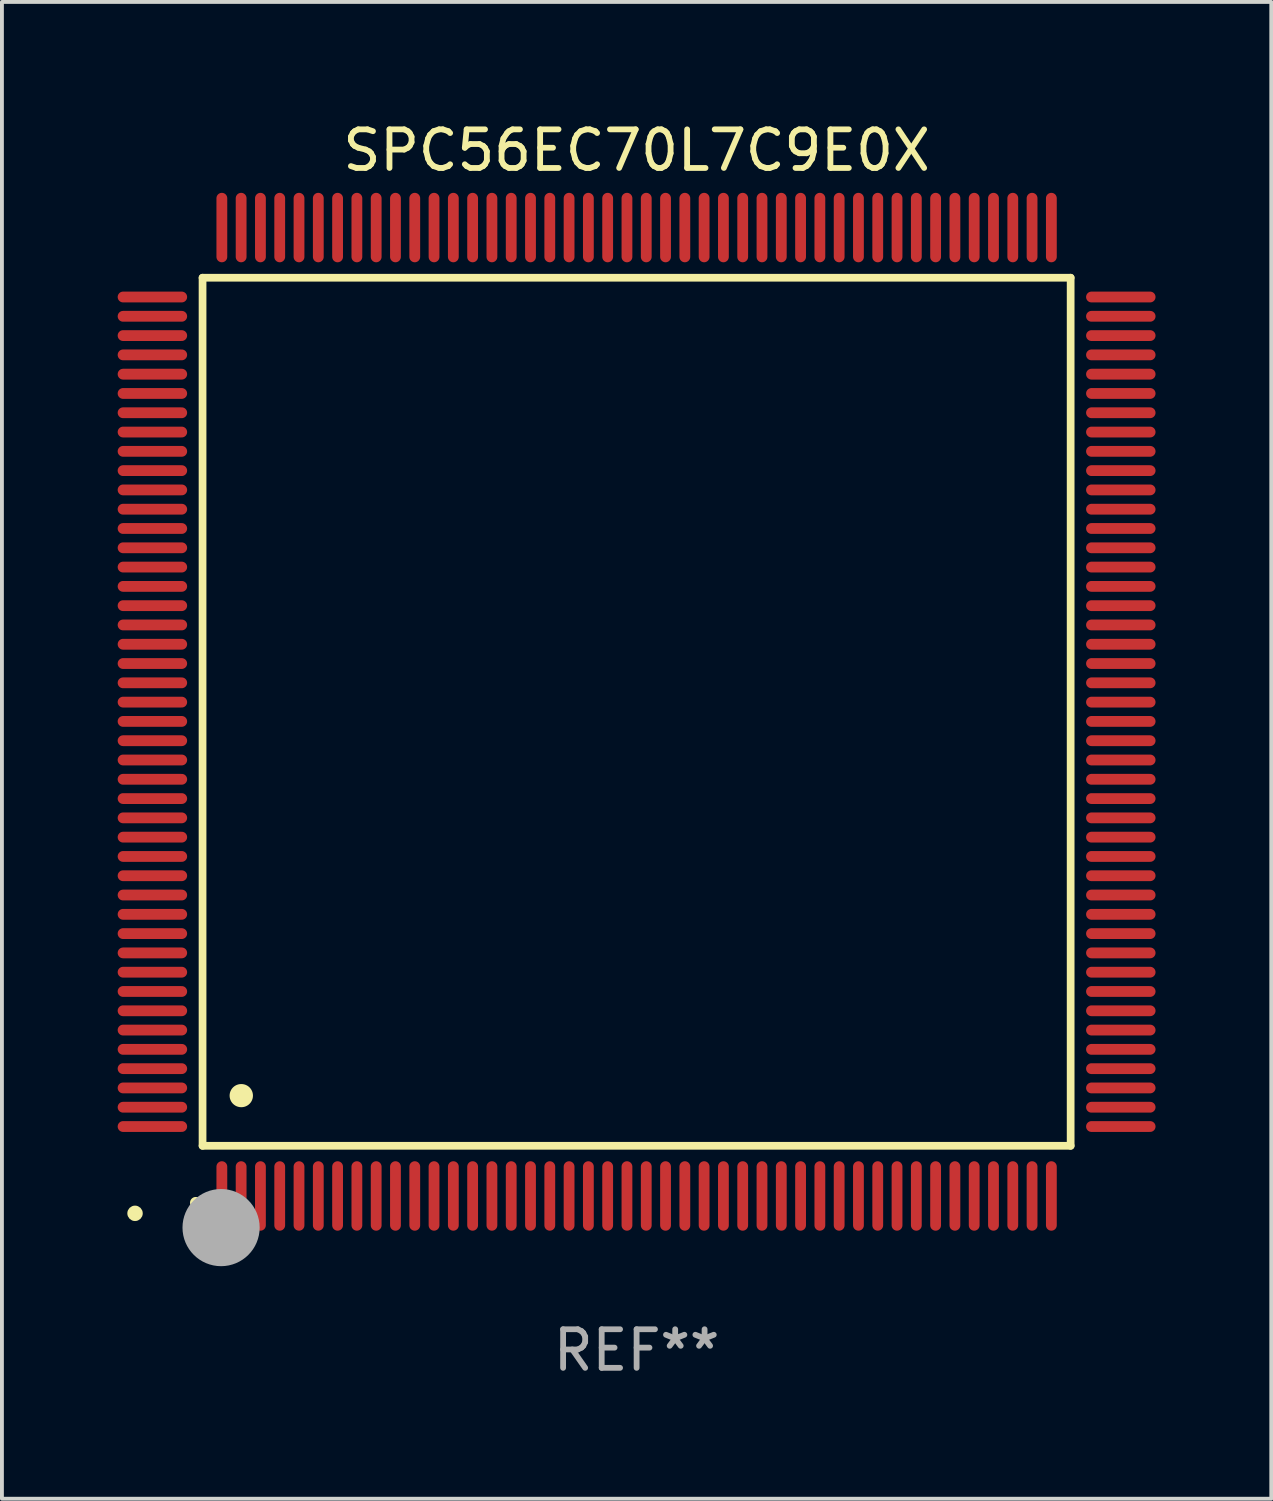
<source format=kicad_pcb>
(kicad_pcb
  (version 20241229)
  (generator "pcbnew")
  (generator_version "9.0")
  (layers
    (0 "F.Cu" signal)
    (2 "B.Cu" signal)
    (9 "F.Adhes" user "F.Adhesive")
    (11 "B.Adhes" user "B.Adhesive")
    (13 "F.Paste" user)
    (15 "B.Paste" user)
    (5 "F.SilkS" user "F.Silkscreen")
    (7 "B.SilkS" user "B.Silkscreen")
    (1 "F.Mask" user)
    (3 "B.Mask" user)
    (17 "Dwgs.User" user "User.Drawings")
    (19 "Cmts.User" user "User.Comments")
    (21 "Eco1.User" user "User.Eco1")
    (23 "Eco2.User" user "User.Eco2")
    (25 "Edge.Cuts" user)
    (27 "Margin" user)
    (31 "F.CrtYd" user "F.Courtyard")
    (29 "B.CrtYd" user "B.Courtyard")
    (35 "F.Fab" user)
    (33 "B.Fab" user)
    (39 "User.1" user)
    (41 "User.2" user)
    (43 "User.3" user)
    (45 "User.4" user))
  (footprint "SPC56EC70L7C9E0X"
    (layer "F.Cu")
    (at 13.45 15.398)
    (property "Reference" "SPC56EC70L7C9E0X" (at 0 -14.55 0) (layer "F.SilkS") (effects (font (size 1 1) (thickness 0.15))))
    (attr through_hole)
    (fp_line (start -11.25 -11.25) (end 11.25 -11.25) (stroke (width 0.2) (type solid)) (layer "F.SilkS"))
    (fp_line (start -11.25 11.25) (end -11.25 -11.25) (stroke (width 0.2) (type solid)) (layer "F.SilkS"))
    (fp_line (start 11.25 -11.25) (end 11.25 11.25) (stroke (width 0.2) (type solid)) (layer "F.SilkS"))
    (fp_line (start 11.25 11.25) (end -11.25 11.25) (stroke (width 0.2) (type solid)) (layer "F.SilkS"))
    (fp_arc (start -11.424943 12.725425) (mid -11.423673 12.72542) (end -11.422403 12.725425) (stroke (width 0.3) (type solid)) (layer "F.SilkS"))
    (fp_arc (start -10.24892 9.9492) (mid -10.24638 9.949189) (end -10.24384 9.9492) (stroke (width 0.6) (type solid)) (layer "F.SilkS"))
    (fp_circle (center -13 13) (end -12.9 13) (stroke (width 0.2) (type solid)) (fill no) (layer "F.SilkS"))
    (fp_circle (center -10.77 13.37) (end -10.27 13.37) (stroke (width 1) (type solid)) (fill no) (layer "F.Fab"))
    (fp_text user "REF**" (at 0 16.55 0) (layer "F.Fab") (effects (font (size 1 1) (thickness 0.15))))
    (pad "1" smd oval (at -10.75 12.55) (size 0.28 1.8) (layers "F.Cu" "F.Mask" "F.Paste"))
    (pad "2" smd oval (at -10.25 12.55) (size 0.28 1.8) (layers "F.Cu" "F.Mask" "F.Paste"))
    (pad "3" smd oval (at -9.75 12.55) (size 0.28 1.8) (layers "F.Cu" "F.Mask" "F.Paste"))
    (pad "4" smd oval (at -9.25 12.55) (size 0.28 1.8) (layers "F.Cu" "F.Mask" "F.Paste"))
    (pad "5" smd oval (at -8.75 12.55) (size 0.28 1.8) (layers "F.Cu" "F.Mask" "F.Paste"))
    (pad "6" smd oval (at -8.25 12.55) (size 0.28 1.8) (layers "F.Cu" "F.Mask" "F.Paste"))
    (pad "7" smd oval (at -7.75 12.55) (size 0.28 1.8) (layers "F.Cu" "F.Mask" "F.Paste"))
    (pad "8" smd oval (at -7.25 12.55) (size 0.28 1.8) (layers "F.Cu" "F.Mask" "F.Paste"))
    (pad "9" smd oval (at -6.75 12.55) (size 0.28 1.8) (layers "F.Cu" "F.Mask" "F.Paste"))
    (pad "10" smd oval (at -6.25 12.55) (size 0.28 1.8) (layers "F.Cu" "F.Mask" "F.Paste"))
    (pad "11" smd oval (at -5.75 12.55) (size 0.28 1.8) (layers "F.Cu" "F.Mask" "F.Paste"))
    (pad "12" smd oval (at -5.25 12.55) (size 0.28 1.8) (layers "F.Cu" "F.Mask" "F.Paste"))
    (pad "13" smd oval (at -4.75 12.55) (size 0.28 1.8) (layers "F.Cu" "F.Mask" "F.Paste"))
    (pad "14" smd oval (at -4.25 12.55) (size 0.28 1.8) (layers "F.Cu" "F.Mask" "F.Paste"))
    (pad "15" smd oval (at -3.75 12.55) (size 0.28 1.8) (layers "F.Cu" "F.Mask" "F.Paste"))
    (pad "16" smd oval (at -3.25 12.55) (size 0.28 1.8) (layers "F.Cu" "F.Mask" "F.Paste"))
    (pad "17" smd oval (at -2.75 12.55) (size 0.28 1.8) (layers "F.Cu" "F.Mask" "F.Paste"))
    (pad "18" smd oval (at -2.25 12.55) (size 0.28 1.8) (layers "F.Cu" "F.Mask" "F.Paste"))
    (pad "19" smd oval (at -1.75 12.55) (size 0.28 1.8) (layers "F.Cu" "F.Mask" "F.Paste"))
    (pad "20" smd oval (at -1.25 12.55) (size 0.28 1.8) (layers "F.Cu" "F.Mask" "F.Paste"))
    (pad "21" smd oval (at -0.75 12.55) (size 0.28 1.8) (layers "F.Cu" "F.Mask" "F.Paste"))
    (pad "22" smd oval (at -0.25 12.55) (size 0.28 1.8) (layers "F.Cu" "F.Mask" "F.Paste"))
    (pad "23" smd oval (at 0.25 12.55) (size 0.28 1.8) (layers "F.Cu" "F.Mask" "F.Paste"))
    (pad "24" smd oval (at 0.75 12.55) (size 0.28 1.8) (layers "F.Cu" "F.Mask" "F.Paste"))
    (pad "25" smd oval (at 1.25 12.55) (size 0.28 1.8) (layers "F.Cu" "F.Mask" "F.Paste"))
    (pad "26" smd oval (at 1.75 12.55) (size 0.28 1.8) (layers "F.Cu" "F.Mask" "F.Paste"))
    (pad "27" smd oval (at 2.25 12.55) (size 0.28 1.8) (layers "F.Cu" "F.Mask" "F.Paste"))
    (pad "28" smd oval (at 2.75 12.55) (size 0.28 1.8) (layers "F.Cu" "F.Mask" "F.Paste"))
    (pad "29" smd oval (at 3.25 12.55) (size 0.28 1.8) (layers "F.Cu" "F.Mask" "F.Paste"))
    (pad "30" smd oval (at 3.75 12.55) (size 0.28 1.8) (layers "F.Cu" "F.Mask" "F.Paste"))
    (pad "31" smd oval (at 4.25 12.55) (size 0.28 1.8) (layers "F.Cu" "F.Mask" "F.Paste"))
    (pad "32" smd oval (at 4.75 12.55) (size 0.28 1.8) (layers "F.Cu" "F.Mask" "F.Paste"))
    (pad "33" smd oval (at 5.25 12.55) (size 0.28 1.8) (layers "F.Cu" "F.Mask" "F.Paste"))
    (pad "34" smd oval (at 5.75 12.55) (size 0.28 1.8) (layers "F.Cu" "F.Mask" "F.Paste"))
    (pad "35" smd oval (at 6.25 12.55) (size 0.28 1.8) (layers "F.Cu" "F.Mask" "F.Paste"))
    (pad "36" smd oval (at 6.75 12.55) (size 0.28 1.8) (layers "F.Cu" "F.Mask" "F.Paste"))
    (pad "37" smd oval (at 7.25 12.55) (size 0.28 1.8) (layers "F.Cu" "F.Mask" "F.Paste"))
    (pad "38" smd oval (at 7.75 12.55) (size 0.28 1.8) (layers "F.Cu" "F.Mask" "F.Paste"))
    (pad "39" smd oval (at 8.25 12.55) (size 0.28 1.8) (layers "F.Cu" "F.Mask" "F.Paste"))
    (pad "40" smd oval (at 8.75 12.55) (size 0.28 1.8) (layers "F.Cu" "F.Mask" "F.Paste"))
    (pad "41" smd oval (at 9.25 12.55) (size 0.28 1.8) (layers "F.Cu" "F.Mask" "F.Paste"))
    (pad "42" smd oval (at 9.75 12.55) (size 0.28 1.8) (layers "F.Cu" "F.Mask" "F.Paste"))
    (pad "43" smd oval (at 10.25 12.55) (size 0.28 1.8) (layers "F.Cu" "F.Mask" "F.Paste"))
    (pad "44" smd oval (at 10.75 12.55) (size 0.28 1.8) (layers "F.Cu" "F.Mask" "F.Paste"))
    (pad "45" smd oval (at 12.55 10.75) (size 1.8 0.28) (layers "F.Cu" "F.Mask" "F.Paste"))
    (pad "46" smd oval (at 12.55 10.25) (size 1.8 0.28) (layers "F.Cu" "F.Mask" "F.Paste"))
    (pad "47" smd oval (at 12.55 9.75) (size 1.8 0.28) (layers "F.Cu" "F.Mask" "F.Paste"))
    (pad "48" smd oval (at 12.55 9.25) (size 1.8 0.28) (layers "F.Cu" "F.Mask" "F.Paste"))
    (pad "49" smd oval (at 12.55 8.75) (size 1.8 0.28) (layers "F.Cu" "F.Mask" "F.Paste"))
    (pad "50" smd oval (at 12.55 8.25) (size 1.8 0.28) (layers "F.Cu" "F.Mask" "F.Paste"))
    (pad "51" smd oval (at 12.55 7.75) (size 1.8 0.28) (layers "F.Cu" "F.Mask" "F.Paste"))
    (pad "52" smd oval (at 12.55 7.25) (size 1.8 0.28) (layers "F.Cu" "F.Mask" "F.Paste"))
    (pad "53" smd oval (at 12.55 6.75) (size 1.8 0.28) (layers "F.Cu" "F.Mask" "F.Paste"))
    (pad "54" smd oval (at 12.55 6.25) (size 1.8 0.28) (layers "F.Cu" "F.Mask" "F.Paste"))
    (pad "55" smd oval (at 12.55 5.75) (size 1.8 0.28) (layers "F.Cu" "F.Mask" "F.Paste"))
    (pad "56" smd oval (at 12.55 5.25) (size 1.8 0.28) (layers "F.Cu" "F.Mask" "F.Paste"))
    (pad "57" smd oval (at 12.55 4.75) (size 1.8 0.28) (layers "F.Cu" "F.Mask" "F.Paste"))
    (pad "58" smd oval (at 12.55 4.25) (size 1.8 0.28) (layers "F.Cu" "F.Mask" "F.Paste"))
    (pad "59" smd oval (at 12.55 3.75) (size 1.8 0.28) (layers "F.Cu" "F.Mask" "F.Paste"))
    (pad "60" smd oval (at 12.55 3.25) (size 1.8 0.28) (layers "F.Cu" "F.Mask" "F.Paste"))
    (pad "61" smd oval (at 12.55 2.75) (size 1.8 0.28) (layers "F.Cu" "F.Mask" "F.Paste"))
    (pad "62" smd oval (at 12.55 2.25) (size 1.8 0.28) (layers "F.Cu" "F.Mask" "F.Paste"))
    (pad "63" smd oval (at 12.55 1.75) (size 1.8 0.28) (layers "F.Cu" "F.Mask" "F.Paste"))
    (pad "64" smd oval (at 12.55 1.25) (size 1.8 0.28) (layers "F.Cu" "F.Mask" "F.Paste"))
    (pad "65" smd oval (at 12.55 0.75) (size 1.8 0.28) (layers "F.Cu" "F.Mask" "F.Paste"))
    (pad "66" smd oval (at 12.55 0.25) (size 1.8 0.28) (layers "F.Cu" "F.Mask" "F.Paste"))
    (pad "67" smd oval (at 12.55 -0.25) (size 1.8 0.28) (layers "F.Cu" "F.Mask" "F.Paste"))
    (pad "68" smd oval (at 12.55 -0.75) (size 1.8 0.28) (layers "F.Cu" "F.Mask" "F.Paste"))
    (pad "69" smd oval (at 12.55 -1.25) (size 1.8 0.28) (layers "F.Cu" "F.Mask" "F.Paste"))
    (pad "70" smd oval (at 12.55 -1.75) (size 1.8 0.28) (layers "F.Cu" "F.Mask" "F.Paste"))
    (pad "71" smd oval (at 12.55 -2.25) (size 1.8 0.28) (layers "F.Cu" "F.Mask" "F.Paste"))
    (pad "72" smd oval (at 12.55 -2.75) (size 1.8 0.28) (layers "F.Cu" "F.Mask" "F.Paste"))
    (pad "73" smd oval (at 12.55 -3.25) (size 1.8 0.28) (layers "F.Cu" "F.Mask" "F.Paste"))
    (pad "74" smd oval (at 12.55 -3.75) (size 1.8 0.28) (layers "F.Cu" "F.Mask" "F.Paste"))
    (pad "75" smd oval (at 12.55 -4.25) (size 1.8 0.28) (layers "F.Cu" "F.Mask" "F.Paste"))
    (pad "76" smd oval (at 12.55 -4.75) (size 1.8 0.28) (layers "F.Cu" "F.Mask" "F.Paste"))
    (pad "77" smd oval (at 12.55 -5.25) (size 1.8 0.28) (layers "F.Cu" "F.Mask" "F.Paste"))
    (pad "78" smd oval (at 12.55 -5.75) (size 1.8 0.28) (layers "F.Cu" "F.Mask" "F.Paste"))
    (pad "79" smd oval (at 12.55 -6.25) (size 1.8 0.28) (layers "F.Cu" "F.Mask" "F.Paste"))
    (pad "80" smd oval (at 12.55 -6.75) (size 1.8 0.28) (layers "F.Cu" "F.Mask" "F.Paste"))
    (pad "81" smd oval (at 12.55 -7.25) (size 1.8 0.28) (layers "F.Cu" "F.Mask" "F.Paste"))
    (pad "82" smd oval (at 12.55 -7.75) (size 1.8 0.28) (layers "F.Cu" "F.Mask" "F.Paste"))
    (pad "83" smd oval (at 12.55 -8.25) (size 1.8 0.28) (layers "F.Cu" "F.Mask" "F.Paste"))
    (pad "84" smd oval (at 12.55 -8.75) (size 1.8 0.28) (layers "F.Cu" "F.Mask" "F.Paste"))
    (pad "85" smd oval (at 12.55 -9.25) (size 1.8 0.28) (layers "F.Cu" "F.Mask" "F.Paste"))
    (pad "86" smd oval (at 12.55 -9.75) (size 1.8 0.28) (layers "F.Cu" "F.Mask" "F.Paste"))
    (pad "87" smd oval (at 12.55 -10.25) (size 1.8 0.28) (layers "F.Cu" "F.Mask" "F.Paste"))
    (pad "88" smd oval (at 12.55 -10.75) (size 1.8 0.28) (layers "F.Cu" "F.Mask" "F.Paste"))
    (pad "89" smd oval (at 10.75 -12.55) (size 0.28 1.8) (layers "F.Cu" "F.Mask" "F.Paste"))
    (pad "90" smd oval (at 10.25 -12.55) (size 0.28 1.8) (layers "F.Cu" "F.Mask" "F.Paste"))
    (pad "91" smd oval (at 9.75 -12.55) (size 0.28 1.8) (layers "F.Cu" "F.Mask" "F.Paste"))
    (pad "92" smd oval (at 9.25 -12.55) (size 0.28 1.8) (layers "F.Cu" "F.Mask" "F.Paste"))
    (pad "93" smd oval (at 8.75 -12.55) (size 0.28 1.8) (layers "F.Cu" "F.Mask" "F.Paste"))
    (pad "94" smd oval (at 8.25 -12.55) (size 0.28 1.8) (layers "F.Cu" "F.Mask" "F.Paste"))
    (pad "95" smd oval (at 7.75 -12.55) (size 0.28 1.8) (layers "F.Cu" "F.Mask" "F.Paste"))
    (pad "96" smd oval (at 7.25 -12.55) (size 0.28 1.8) (layers "F.Cu" "F.Mask" "F.Paste"))
    (pad "97" smd oval (at 6.75 -12.55) (size 0.28 1.8) (layers "F.Cu" "F.Mask" "F.Paste"))
    (pad "98" smd oval (at 6.25 -12.55) (size 0.28 1.8) (layers "F.Cu" "F.Mask" "F.Paste"))
    (pad "99" smd oval (at 5.75 -12.55) (size 0.28 1.8) (layers "F.Cu" "F.Mask" "F.Paste"))
    (pad "100" smd oval (at 5.25 -12.55) (size 0.28 1.8) (layers "F.Cu" "F.Mask" "F.Paste"))
    (pad "101" smd oval (at 4.75 -12.55) (size 0.28 1.8) (layers "F.Cu" "F.Mask" "F.Paste"))
    (pad "102" smd oval (at 4.25 -12.55) (size 0.28 1.8) (layers "F.Cu" "F.Mask" "F.Paste"))
    (pad "103" smd oval (at 3.75 -12.55) (size 0.28 1.8) (layers "F.Cu" "F.Mask" "F.Paste"))
    (pad "104" smd oval (at 3.25 -12.55) (size 0.28 1.8) (layers "F.Cu" "F.Mask" "F.Paste"))
    (pad "105" smd oval (at 2.75 -12.55) (size 0.28 1.8) (layers "F.Cu" "F.Mask" "F.Paste"))
    (pad "106" smd oval (at 2.25 -12.55) (size 0.28 1.8) (layers "F.Cu" "F.Mask" "F.Paste"))
    (pad "107" smd oval (at 1.75 -12.55) (size 0.28 1.8) (layers "F.Cu" "F.Mask" "F.Paste"))
    (pad "108" smd oval (at 1.25 -12.55) (size 0.28 1.8) (layers "F.Cu" "F.Mask" "F.Paste"))
    (pad "109" smd oval (at 0.75 -12.55) (size 0.28 1.8) (layers "F.Cu" "F.Mask" "F.Paste"))
    (pad "110" smd oval (at 0.25 -12.55) (size 0.28 1.8) (layers "F.Cu" "F.Mask" "F.Paste"))
    (pad "111" smd oval (at -0.25 -12.55) (size 0.28 1.8) (layers "F.Cu" "F.Mask" "F.Paste"))
    (pad "112" smd oval (at -0.75 -12.55) (size 0.28 1.8) (layers "F.Cu" "F.Mask" "F.Paste"))
    (pad "113" smd oval (at -1.25 -12.55) (size 0.28 1.8) (layers "F.Cu" "F.Mask" "F.Paste"))
    (pad "114" smd oval (at -1.75 -12.55) (size 0.28 1.8) (layers "F.Cu" "F.Mask" "F.Paste"))
    (pad "115" smd oval (at -2.25 -12.55) (size 0.28 1.8) (layers "F.Cu" "F.Mask" "F.Paste"))
    (pad "116" smd oval (at -2.75 -12.55) (size 0.28 1.8) (layers "F.Cu" "F.Mask" "F.Paste"))
    (pad "117" smd oval (at -3.25 -12.55) (size 0.28 1.8) (layers "F.Cu" "F.Mask" "F.Paste"))
    (pad "118" smd oval (at -3.75 -12.55) (size 0.28 1.8) (layers "F.Cu" "F.Mask" "F.Paste"))
    (pad "119" smd oval (at -4.25 -12.55) (size 0.28 1.8) (layers "F.Cu" "F.Mask" "F.Paste"))
    (pad "120" smd oval (at -4.75 -12.55) (size 0.28 1.8) (layers "F.Cu" "F.Mask" "F.Paste"))
    (pad "121" smd oval (at -5.25 -12.55) (size 0.28 1.8) (layers "F.Cu" "F.Mask" "F.Paste"))
    (pad "122" smd oval (at -5.75 -12.55) (size 0.28 1.8) (layers "F.Cu" "F.Mask" "F.Paste"))
    (pad "123" smd oval (at -6.25 -12.55) (size 0.28 1.8) (layers "F.Cu" "F.Mask" "F.Paste"))
    (pad "124" smd oval (at -6.75 -12.55) (size 0.28 1.8) (layers "F.Cu" "F.Mask" "F.Paste"))
    (pad "125" smd oval (at -7.25 -12.55) (size 0.28 1.8) (layers "F.Cu" "F.Mask" "F.Paste"))
    (pad "126" smd oval (at -7.75 -12.55) (size 0.28 1.8) (layers "F.Cu" "F.Mask" "F.Paste"))
    (pad "127" smd oval (at -8.25 -12.55) (size 0.28 1.8) (layers "F.Cu" "F.Mask" "F.Paste"))
    (pad "128" smd oval (at -8.75 -12.55) (size 0.28 1.8) (layers "F.Cu" "F.Mask" "F.Paste"))
    (pad "129" smd oval (at -9.25 -12.55) (size 0.28 1.8) (layers "F.Cu" "F.Mask" "F.Paste"))
    (pad "130" smd oval (at -9.75 -12.55) (size 0.28 1.8) (layers "F.Cu" "F.Mask" "F.Paste"))
    (pad "131" smd oval (at -10.25 -12.55) (size 0.28 1.8) (layers "F.Cu" "F.Mask" "F.Paste"))
    (pad "132" smd oval (at -10.75 -12.55) (size 0.28 1.8) (layers "F.Cu" "F.Mask" "F.Paste"))
    (pad "133" smd oval (at -12.55 -10.75) (size 1.8 0.28) (layers "F.Cu" "F.Mask" "F.Paste"))
    (pad "134" smd oval (at -12.55 -10.25) (size 1.8 0.28) (layers "F.Cu" "F.Mask" "F.Paste"))
    (pad "135" smd oval (at -12.55 -9.75) (size 1.8 0.28) (layers "F.Cu" "F.Mask" "F.Paste"))
    (pad "136" smd oval (at -12.55 -9.25) (size 1.8 0.28) (layers "F.Cu" "F.Mask" "F.Paste"))
    (pad "137" smd oval (at -12.55 -8.75) (size 1.8 0.28) (layers "F.Cu" "F.Mask" "F.Paste"))
    (pad "138" smd oval (at -12.55 -8.25) (size 1.8 0.28) (layers "F.Cu" "F.Mask" "F.Paste"))
    (pad "139" smd oval (at -12.55 -7.75) (size 1.8 0.28) (layers "F.Cu" "F.Mask" "F.Paste"))
    (pad "140" smd oval (at -12.55 -7.25) (size 1.8 0.28) (layers "F.Cu" "F.Mask" "F.Paste"))
    (pad "141" smd oval (at -12.55 -6.75) (size 1.8 0.28) (layers "F.Cu" "F.Mask" "F.Paste"))
    (pad "142" smd oval (at -12.55 -6.25) (size 1.8 0.28) (layers "F.Cu" "F.Mask" "F.Paste"))
    (pad "143" smd oval (at -12.55 -5.75) (size 1.8 0.28) (layers "F.Cu" "F.Mask" "F.Paste"))
    (pad "144" smd oval (at -12.55 -5.25) (size 1.8 0.28) (layers "F.Cu" "F.Mask" "F.Paste"))
    (pad "145" smd oval (at -12.55 -4.75) (size 1.8 0.28) (layers "F.Cu" "F.Mask" "F.Paste"))
    (pad "146" smd oval (at -12.55 -4.25) (size 1.8 0.28) (layers "F.Cu" "F.Mask" "F.Paste"))
    (pad "147" smd oval (at -12.55 -3.75) (size 1.8 0.28) (layers "F.Cu" "F.Mask" "F.Paste"))
    (pad "148" smd oval (at -12.55 -3.25) (size 1.8 0.28) (layers "F.Cu" "F.Mask" "F.Paste"))
    (pad "149" smd oval (at -12.55 -2.75) (size 1.8 0.28) (layers "F.Cu" "F.Mask" "F.Paste"))
    (pad "150" smd oval (at -12.55 -2.25) (size 1.8 0.28) (layers "F.Cu" "F.Mask" "F.Paste"))
    (pad "151" smd oval (at -12.55 -1.75) (size 1.8 0.28) (layers "F.Cu" "F.Mask" "F.Paste"))
    (pad "152" smd oval (at -12.55 -1.25) (size 1.8 0.28) (layers "F.Cu" "F.Mask" "F.Paste"))
    (pad "153" smd oval (at -12.55 -0.75) (size 1.8 0.28) (layers "F.Cu" "F.Mask" "F.Paste"))
    (pad "154" smd oval (at -12.55 -0.25) (size 1.8 0.28) (layers "F.Cu" "F.Mask" "F.Paste"))
    (pad "155" smd oval (at -12.55 0.25) (size 1.8 0.28) (layers "F.Cu" "F.Mask" "F.Paste"))
    (pad "156" smd oval (at -12.55 0.75) (size 1.8 0.28) (layers "F.Cu" "F.Mask" "F.Paste"))
    (pad "157" smd oval (at -12.55 1.25) (size 1.8 0.28) (layers "F.Cu" "F.Mask" "F.Paste"))
    (pad "158" smd oval (at -12.55 1.75) (size 1.8 0.28) (layers "F.Cu" "F.Mask" "F.Paste"))
    (pad "159" smd oval (at -12.55 2.25) (size 1.8 0.28) (layers "F.Cu" "F.Mask" "F.Paste"))
    (pad "160" smd oval (at -12.55 2.75) (size 1.8 0.28) (layers "F.Cu" "F.Mask" "F.Paste"))
    (pad "161" smd oval (at -12.55 3.25) (size 1.8 0.28) (layers "F.Cu" "F.Mask" "F.Paste"))
    (pad "162" smd oval (at -12.55 3.75) (size 1.8 0.28) (layers "F.Cu" "F.Mask" "F.Paste"))
    (pad "163" smd oval (at -12.55 4.25) (size 1.8 0.28) (layers "F.Cu" "F.Mask" "F.Paste"))
    (pad "164" smd oval (at -12.55 4.75) (size 1.8 0.28) (layers "F.Cu" "F.Mask" "F.Paste"))
    (pad "165" smd oval (at -12.55 5.25) (size 1.8 0.28) (layers "F.Cu" "F.Mask" "F.Paste"))
    (pad "166" smd oval (at -12.55 5.75) (size 1.8 0.28) (layers "F.Cu" "F.Mask" "F.Paste"))
    (pad "167" smd oval (at -12.55 6.25) (size 1.8 0.28) (layers "F.Cu" "F.Mask" "F.Paste"))
    (pad "168" smd oval (at -12.55 6.75) (size 1.8 0.28) (layers "F.Cu" "F.Mask" "F.Paste"))
    (pad "169" smd oval (at -12.55 7.25) (size 1.8 0.28) (layers "F.Cu" "F.Mask" "F.Paste"))
    (pad "170" smd oval (at -12.55 7.75) (size 1.8 0.28) (layers "F.Cu" "F.Mask" "F.Paste"))
    (pad "171" smd oval (at -12.55 8.25) (size 1.8 0.28) (layers "F.Cu" "F.Mask" "F.Paste"))
    (pad "172" smd oval (at -12.55 8.75) (size 1.8 0.28) (layers "F.Cu" "F.Mask" "F.Paste"))
    (pad "173" smd oval (at -12.55 9.25) (size 1.8 0.28) (layers "F.Cu" "F.Mask" "F.Paste"))
    (pad "174" smd oval (at -12.55 9.75) (size 1.8 0.28) (layers "F.Cu" "F.Mask" "F.Paste"))
    (pad "175" smd oval (at -12.55 10.25) (size 1.8 0.28) (layers "F.Cu" "F.Mask" "F.Paste"))
    (pad "176" smd oval (at -12.55 10.75) (size 1.8 0.28) (layers "F.Cu" "F.Mask" "F.Paste")))
  (gr_rect
    (start -3 -3)
    (end 29.9 35.796)
    (stroke (width 0.1) (type default))
    (fill no)
    (layer "Edge.Cuts")))
</source>
